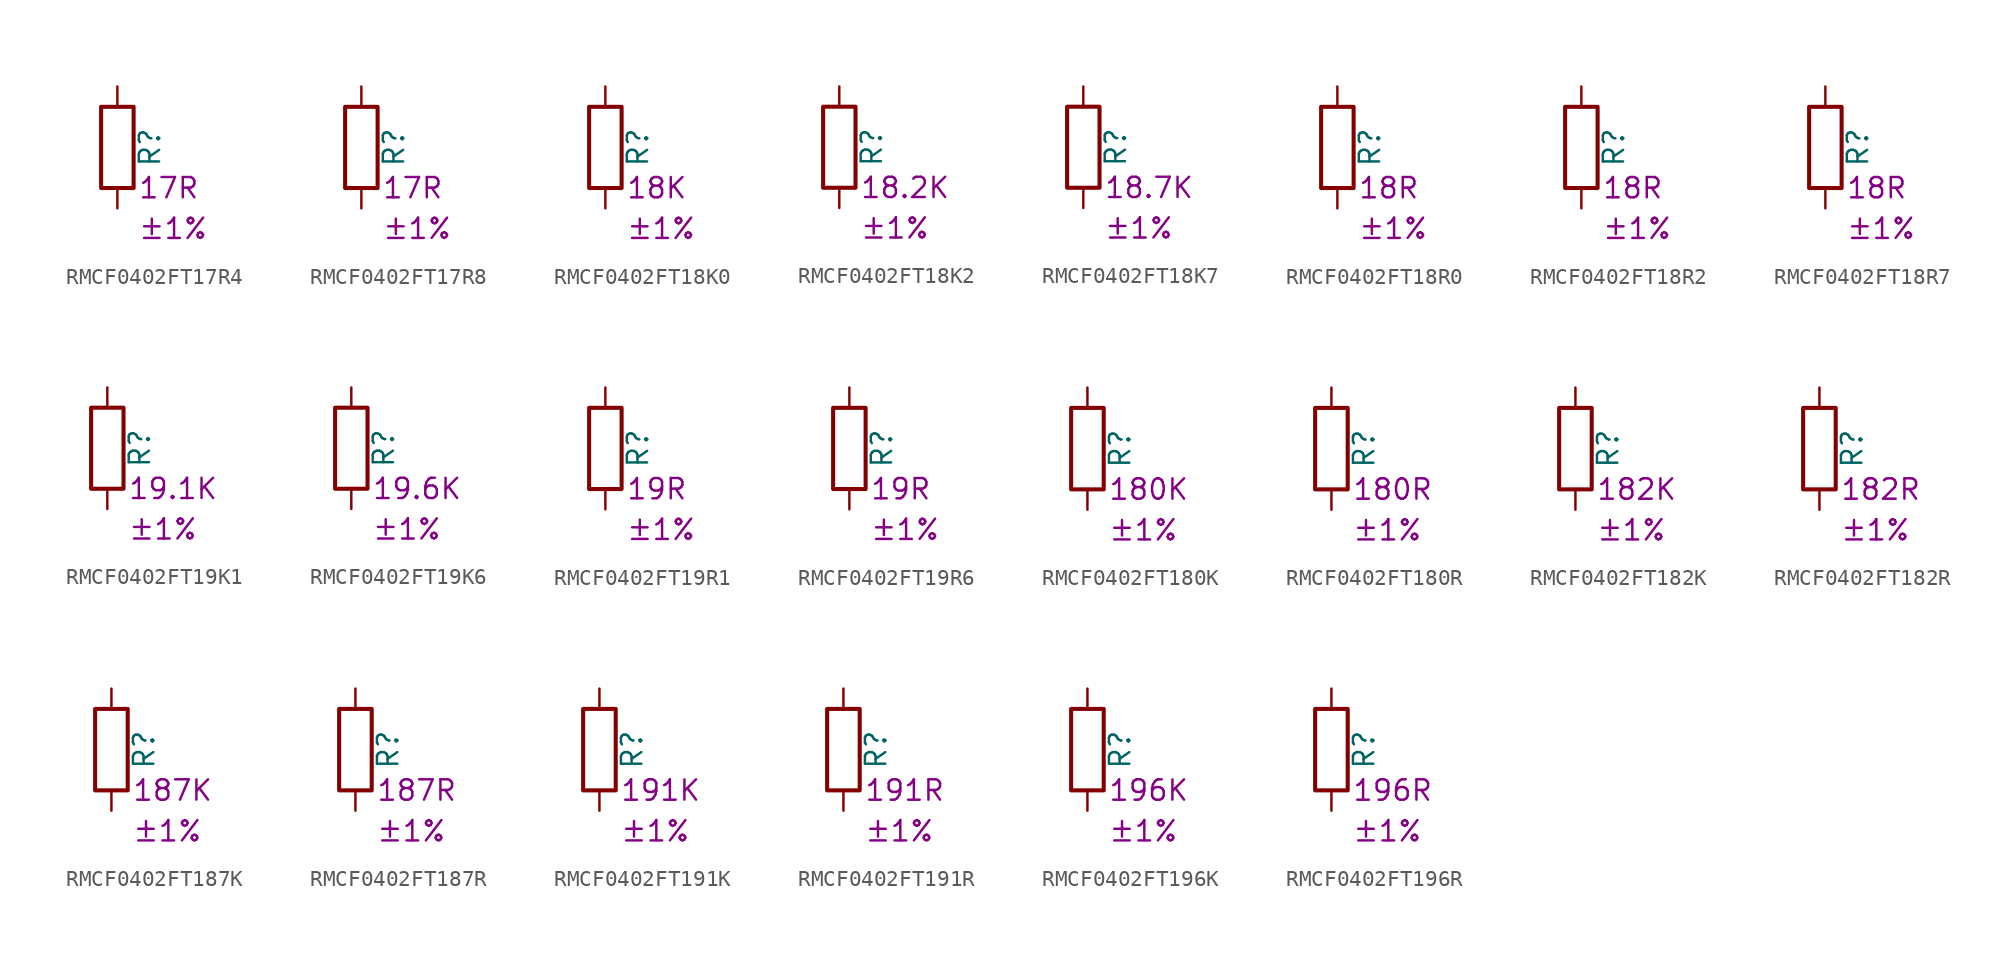
<source format=kicad_sym>
(kicad_symbol_lib
  (version 20220914)
  (generator kicad_symbol_editor)
  (symbol "RMCF0402FT17R4"
    (pin_numbers hide)
    (pin_names
      (offset 0))
    (property "Reference" "R"
      (at 2.032 0 90)
      (effects (font (size 1.27 1.27))))
    (property "Resistance" "17R"
      (at 1.27 -2.54 0)
      (effects (font (size 1.27 1.27)) (justify left)))
    (property "Tolerance" "±1%"
      (at 1.27 -5.08 0)
      (effects (font (size 1.27 1.27)) (justify left)))
    (symbol "RMCF0402FT17R4_0_1"
      (rectangle (start -1.016 -2.54) (end 1.016 2.54) (stroke (width 0.254) (type default)) (fill (type none))))
    (symbol "RMCF0402FT17R4_1_1"
      (pin passive line (at 0 3.81 270) (length 1.27) (name "~" (effects (font (size 1.27 1.27)))) (number "1" (effects (font (size 1.27 1.27)))))
      (pin passive line (at 0 -3.81 90) (length 1.27) (name "~" (effects (font (size 1.27 1.27)))) (number "2" (effects (font (size 1.27 1.27)))))))
  (symbol "RMCF0402FT17R8"
    (pin_numbers hide)
    (pin_names
      (offset 0))
    (property "Reference" "R"
      (at 2.032 0 90)
      (effects (font (size 1.27 1.27))))
    (property "Resistance" "17R"
      (at 1.27 -2.54 0)
      (effects (font (size 1.27 1.27)) (justify left)))
    (property "Tolerance" "±1%"
      (at 1.27 -5.08 0)
      (effects (font (size 1.27 1.27)) (justify left)))
    (symbol "RMCF0402FT17R8_0_1"
      (rectangle (start -1.016 -2.54) (end 1.016 2.54) (stroke (width 0.254) (type default)) (fill (type none))))
    (symbol "RMCF0402FT17R8_1_1"
      (pin passive line (at 0 3.81 270) (length 1.27) (name "~" (effects (font (size 1.27 1.27)))) (number "1" (effects (font (size 1.27 1.27)))))
      (pin passive line (at 0 -3.81 90) (length 1.27) (name "~" (effects (font (size 1.27 1.27)))) (number "2" (effects (font (size 1.27 1.27)))))))
  (symbol "RMCF0402FT18K0"
    (pin_numbers hide)
    (pin_names
      (offset 0))
    (property "Reference" "R"
      (at 2.032 0 90)
      (effects (font (size 1.27 1.27))))
    (property "Resistance" "18K"
      (at 1.27 -2.54 0)
      (effects (font (size 1.27 1.27)) (justify left)))
    (property "Tolerance" "±1%"
      (at 1.27 -5.08 0)
      (effects (font (size 1.27 1.27)) (justify left)))
    (symbol "RMCF0402FT18K0_0_1"
      (rectangle (start -1.016 -2.54) (end 1.016 2.54) (stroke (width 0.254) (type default)) (fill (type none))))
    (symbol "RMCF0402FT18K0_1_1"
      (pin passive line (at 0 3.81 270) (length 1.27) (name "~" (effects (font (size 1.27 1.27)))) (number "1" (effects (font (size 1.27 1.27)))))
      (pin passive line (at 0 -3.81 90) (length 1.27) (name "~" (effects (font (size 1.27 1.27)))) (number "2" (effects (font (size 1.27 1.27)))))))
  (symbol "RMCF0402FT18K2"
    (pin_numbers hide)
    (pin_names
      (offset 0))
    (property "Reference" "R"
      (at 2.032 0 90)
      (effects (font (size 1.27 1.27))))
    (property "Resistance" "18.2K"
      (at 1.27 -2.54 0)
      (effects (font (size 1.27 1.27)) (justify left)))
    (property "Tolerance" "±1%"
      (at 1.27 -5.08 0)
      (effects (font (size 1.27 1.27)) (justify left)))
    (symbol "RMCF0402FT18K2_0_1"
      (rectangle (start -1.016 -2.54) (end 1.016 2.54) (stroke (width 0.254) (type default)) (fill (type none))))
    (symbol "RMCF0402FT18K2_1_1"
      (pin passive line (at 0 3.81 270) (length 1.27) (name "~" (effects (font (size 1.27 1.27)))) (number "1" (effects (font (size 1.27 1.27)))))
      (pin passive line (at 0 -3.81 90) (length 1.27) (name "~" (effects (font (size 1.27 1.27)))) (number "2" (effects (font (size 1.27 1.27)))))))
  (symbol "RMCF0402FT18K7"
    (pin_numbers hide)
    (pin_names
      (offset 0))
    (property "Reference" "R"
      (at 2.032 0 90)
      (effects (font (size 1.27 1.27))))
    (property "Resistance" "18.7K"
      (at 1.27 -2.54 0)
      (effects (font (size 1.27 1.27)) (justify left)))
    (property "Tolerance" "±1%"
      (at 1.27 -5.08 0)
      (effects (font (size 1.27 1.27)) (justify left)))
    (symbol "RMCF0402FT18K7_0_1"
      (rectangle (start -1.016 -2.54) (end 1.016 2.54) (stroke (width 0.254) (type default)) (fill (type none))))
    (symbol "RMCF0402FT18K7_1_1"
      (pin passive line (at 0 3.81 270) (length 1.27) (name "~" (effects (font (size 1.27 1.27)))) (number "1" (effects (font (size 1.27 1.27)))))
      (pin passive line (at 0 -3.81 90) (length 1.27) (name "~" (effects (font (size 1.27 1.27)))) (number "2" (effects (font (size 1.27 1.27)))))))
  (symbol "RMCF0402FT18R0"
    (pin_numbers hide)
    (pin_names
      (offset 0))
    (property "Reference" "R"
      (at 2.032 0 90)
      (effects (font (size 1.27 1.27))))
    (property "Resistance" "18R"
      (at 1.27 -2.54 0)
      (effects (font (size 1.27 1.27)) (justify left)))
    (property "Tolerance" "±1%"
      (at 1.27 -5.08 0)
      (effects (font (size 1.27 1.27)) (justify left)))
    (symbol "RMCF0402FT18R0_0_1"
      (rectangle (start -1.016 -2.54) (end 1.016 2.54) (stroke (width 0.254) (type default)) (fill (type none))))
    (symbol "RMCF0402FT18R0_1_1"
      (pin passive line (at 0 3.81 270) (length 1.27) (name "~" (effects (font (size 1.27 1.27)))) (number "1" (effects (font (size 1.27 1.27)))))
      (pin passive line (at 0 -3.81 90) (length 1.27) (name "~" (effects (font (size 1.27 1.27)))) (number "2" (effects (font (size 1.27 1.27)))))))
  (symbol "RMCF0402FT18R2"
    (pin_numbers hide)
    (pin_names
      (offset 0))
    (property "Reference" "R"
      (at 2.032 0 90)
      (effects (font (size 1.27 1.27))))
    (property "Resistance" "18R"
      (at 1.27 -2.54 0)
      (effects (font (size 1.27 1.27)) (justify left)))
    (property "Tolerance" "±1%"
      (at 1.27 -5.08 0)
      (effects (font (size 1.27 1.27)) (justify left)))
    (symbol "RMCF0402FT18R2_0_1"
      (rectangle (start -1.016 -2.54) (end 1.016 2.54) (stroke (width 0.254) (type default)) (fill (type none))))
    (symbol "RMCF0402FT18R2_1_1"
      (pin passive line (at 0 3.81 270) (length 1.27) (name "~" (effects (font (size 1.27 1.27)))) (number "1" (effects (font (size 1.27 1.27)))))
      (pin passive line (at 0 -3.81 90) (length 1.27) (name "~" (effects (font (size 1.27 1.27)))) (number "2" (effects (font (size 1.27 1.27)))))))
  (symbol "RMCF0402FT18R7"
    (pin_numbers hide)
    (pin_names
      (offset 0))
    (property "Reference" "R"
      (at 2.032 0 90)
      (effects (font (size 1.27 1.27))))
    (property "Resistance" "18R"
      (at 1.27 -2.54 0)
      (effects (font (size 1.27 1.27)) (justify left)))
    (property "Tolerance" "±1%"
      (at 1.27 -5.08 0)
      (effects (font (size 1.27 1.27)) (justify left)))
    (symbol "RMCF0402FT18R7_0_1"
      (rectangle (start -1.016 -2.54) (end 1.016 2.54) (stroke (width 0.254) (type default)) (fill (type none))))
    (symbol "RMCF0402FT18R7_1_1"
      (pin passive line (at 0 3.81 270) (length 1.27) (name "~" (effects (font (size 1.27 1.27)))) (number "1" (effects (font (size 1.27 1.27)))))
      (pin passive line (at 0 -3.81 90) (length 1.27) (name "~" (effects (font (size 1.27 1.27)))) (number "2" (effects (font (size 1.27 1.27)))))))
  (symbol "RMCF0402FT19K1"
    (pin_numbers hide)
    (pin_names
      (offset 0))
    (property "Reference" "R"
      (at 2.032 0 90)
      (effects (font (size 1.27 1.27))))
    (property "Resistance" "19.1K"
      (at 1.27 -2.54 0)
      (effects (font (size 1.27 1.27)) (justify left)))
    (property "Tolerance" "±1%"
      (at 1.27 -5.08 0)
      (effects (font (size 1.27 1.27)) (justify left)))
    (symbol "RMCF0402FT19K1_0_1"
      (rectangle (start -1.016 -2.54) (end 1.016 2.54) (stroke (width 0.254) (type default)) (fill (type none))))
    (symbol "RMCF0402FT19K1_1_1"
      (pin passive line (at 0 3.81 270) (length 1.27) (name "~" (effects (font (size 1.27 1.27)))) (number "1" (effects (font (size 1.27 1.27)))))
      (pin passive line (at 0 -3.81 90) (length 1.27) (name "~" (effects (font (size 1.27 1.27)))) (number "2" (effects (font (size 1.27 1.27)))))))
  (symbol "RMCF0402FT19K6"
    (pin_numbers hide)
    (pin_names
      (offset 0))
    (property "Reference" "R"
      (at 2.032 0 90)
      (effects (font (size 1.27 1.27))))
    (property "Resistance" "19.6K"
      (at 1.27 -2.54 0)
      (effects (font (size 1.27 1.27)) (justify left)))
    (property "Tolerance" "±1%"
      (at 1.27 -5.08 0)
      (effects (font (size 1.27 1.27)) (justify left)))
    (symbol "RMCF0402FT19K6_0_1"
      (rectangle (start -1.016 -2.54) (end 1.016 2.54) (stroke (width 0.254) (type default)) (fill (type none))))
    (symbol "RMCF0402FT19K6_1_1"
      (pin passive line (at 0 3.81 270) (length 1.27) (name "~" (effects (font (size 1.27 1.27)))) (number "1" (effects (font (size 1.27 1.27)))))
      (pin passive line (at 0 -3.81 90) (length 1.27) (name "~" (effects (font (size 1.27 1.27)))) (number "2" (effects (font (size 1.27 1.27)))))))
  (symbol "RMCF0402FT19R1"
    (pin_numbers hide)
    (pin_names
      (offset 0))
    (property "Reference" "R"
      (at 2.032 0 90)
      (effects (font (size 1.27 1.27))))
    (property "Resistance" "19R"
      (at 1.27 -2.54 0)
      (effects (font (size 1.27 1.27)) (justify left)))
    (property "Tolerance" "±1%"
      (at 1.27 -5.08 0)
      (effects (font (size 1.27 1.27)) (justify left)))
    (symbol "RMCF0402FT19R1_0_1"
      (rectangle (start -1.016 -2.54) (end 1.016 2.54) (stroke (width 0.254) (type default)) (fill (type none))))
    (symbol "RMCF0402FT19R1_1_1"
      (pin passive line (at 0 3.81 270) (length 1.27) (name "~" (effects (font (size 1.27 1.27)))) (number "1" (effects (font (size 1.27 1.27)))))
      (pin passive line (at 0 -3.81 90) (length 1.27) (name "~" (effects (font (size 1.27 1.27)))) (number "2" (effects (font (size 1.27 1.27)))))))
  (symbol "RMCF0402FT19R6"
    (pin_numbers hide)
    (pin_names
      (offset 0))
    (property "Reference" "R"
      (at 2.032 0 90)
      (effects (font (size 1.27 1.27))))
    (property "Resistance" "19R"
      (at 1.27 -2.54 0)
      (effects (font (size 1.27 1.27)) (justify left)))
    (property "Tolerance" "±1%"
      (at 1.27 -5.08 0)
      (effects (font (size 1.27 1.27)) (justify left)))
    (symbol "RMCF0402FT19R6_0_1"
      (rectangle (start -1.016 -2.54) (end 1.016 2.54) (stroke (width 0.254) (type default)) (fill (type none))))
    (symbol "RMCF0402FT19R6_1_1"
      (pin passive line (at 0 3.81 270) (length 1.27) (name "~" (effects (font (size 1.27 1.27)))) (number "1" (effects (font (size 1.27 1.27)))))
      (pin passive line (at 0 -3.81 90) (length 1.27) (name "~" (effects (font (size 1.27 1.27)))) (number "2" (effects (font (size 1.27 1.27)))))))
  (symbol "RMCF0402FT180K"
    (pin_numbers hide)
    (pin_names
      (offset 0))
    (property "Reference" "R"
      (at 2.032 0 90)
      (effects (font (size 1.27 1.27))))
    (property "Resistance" "180K"
      (at 1.27 -2.54 0)
      (effects (font (size 1.27 1.27)) (justify left)))
    (property "Tolerance" "±1%"
      (at 1.27 -5.08 0)
      (effects (font (size 1.27 1.27)) (justify left)))
    (symbol "RMCF0402FT180K_0_1"
      (rectangle (start -1.016 -2.54) (end 1.016 2.54) (stroke (width 0.254) (type default)) (fill (type none))))
    (symbol "RMCF0402FT180K_1_1"
      (pin passive line (at 0 3.81 270) (length 1.27) (name "~" (effects (font (size 1.27 1.27)))) (number "1" (effects (font (size 1.27 1.27)))))
      (pin passive line (at 0 -3.81 90) (length 1.27) (name "~" (effects (font (size 1.27 1.27)))) (number "2" (effects (font (size 1.27 1.27)))))))
  (symbol "RMCF0402FT180R"
    (pin_numbers hide)
    (pin_names
      (offset 0))
    (property "Reference" "R"
      (at 2.032 0 90)
      (effects (font (size 1.27 1.27))))
    (property "Resistance" "180R"
      (at 1.27 -2.54 0)
      (effects (font (size 1.27 1.27)) (justify left)))
    (property "Tolerance" "±1%"
      (at 1.27 -5.08 0)
      (effects (font (size 1.27 1.27)) (justify left)))
    (symbol "RMCF0402FT180R_0_1"
      (rectangle (start -1.016 -2.54) (end 1.016 2.54) (stroke (width 0.254) (type default)) (fill (type none))))
    (symbol "RMCF0402FT180R_1_1"
      (pin passive line (at 0 3.81 270) (length 1.27) (name "~" (effects (font (size 1.27 1.27)))) (number "1" (effects (font (size 1.27 1.27)))))
      (pin passive line (at 0 -3.81 90) (length 1.27) (name "~" (effects (font (size 1.27 1.27)))) (number "2" (effects (font (size 1.27 1.27)))))))
  (symbol "RMCF0402FT182K"
    (pin_numbers hide)
    (pin_names
      (offset 0))
    (property "Reference" "R"
      (at 2.032 0 90)
      (effects (font (size 1.27 1.27))))
    (property "Resistance" "182K"
      (at 1.27 -2.54 0)
      (effects (font (size 1.27 1.27)) (justify left)))
    (property "Tolerance" "±1%"
      (at 1.27 -5.08 0)
      (effects (font (size 1.27 1.27)) (justify left)))
    (symbol "RMCF0402FT182K_0_1"
      (rectangle (start -1.016 -2.54) (end 1.016 2.54) (stroke (width 0.254) (type default)) (fill (type none))))
    (symbol "RMCF0402FT182K_1_1"
      (pin passive line (at 0 3.81 270) (length 1.27) (name "~" (effects (font (size 1.27 1.27)))) (number "1" (effects (font (size 1.27 1.27)))))
      (pin passive line (at 0 -3.81 90) (length 1.27) (name "~" (effects (font (size 1.27 1.27)))) (number "2" (effects (font (size 1.27 1.27)))))))
  (symbol "RMCF0402FT182R"
    (pin_numbers hide)
    (pin_names
      (offset 0))
    (property "Reference" "R"
      (at 2.032 0 90)
      (effects (font (size 1.27 1.27))))
    (property "Resistance" "182R"
      (at 1.27 -2.54 0)
      (effects (font (size 1.27 1.27)) (justify left)))
    (property "Tolerance" "±1%"
      (at 1.27 -5.08 0)
      (effects (font (size 1.27 1.27)) (justify left)))
    (symbol "RMCF0402FT182R_0_1"
      (rectangle (start -1.016 -2.54) (end 1.016 2.54) (stroke (width 0.254) (type default)) (fill (type none))))
    (symbol "RMCF0402FT182R_1_1"
      (pin passive line (at 0 3.81 270) (length 1.27) (name "~" (effects (font (size 1.27 1.27)))) (number "1" (effects (font (size 1.27 1.27)))))
      (pin passive line (at 0 -3.81 90) (length 1.27) (name "~" (effects (font (size 1.27 1.27)))) (number "2" (effects (font (size 1.27 1.27)))))))
  (symbol "RMCF0402FT187K"
    (pin_numbers hide)
    (pin_names
      (offset 0))
    (property "Reference" "R"
      (at 2.032 0 90)
      (effects (font (size 1.27 1.27))))
    (property "Resistance" "187K"
      (at 1.27 -2.54 0)
      (effects (font (size 1.27 1.27)) (justify left)))
    (property "Tolerance" "±1%"
      (at 1.27 -5.08 0)
      (effects (font (size 1.27 1.27)) (justify left)))
    (symbol "RMCF0402FT187K_0_1"
      (rectangle (start -1.016 -2.54) (end 1.016 2.54) (stroke (width 0.254) (type default)) (fill (type none))))
    (symbol "RMCF0402FT187K_1_1"
      (pin passive line (at 0 3.81 270) (length 1.27) (name "~" (effects (font (size 1.27 1.27)))) (number "1" (effects (font (size 1.27 1.27)))))
      (pin passive line (at 0 -3.81 90) (length 1.27) (name "~" (effects (font (size 1.27 1.27)))) (number "2" (effects (font (size 1.27 1.27)))))))
  (symbol "RMCF0402FT187R"
    (pin_numbers hide)
    (pin_names
      (offset 0))
    (property "Reference" "R"
      (at 2.032 0 90)
      (effects (font (size 1.27 1.27))))
    (property "Resistance" "187R"
      (at 1.27 -2.54 0)
      (effects (font (size 1.27 1.27)) (justify left)))
    (property "Tolerance" "±1%"
      (at 1.27 -5.08 0)
      (effects (font (size 1.27 1.27)) (justify left)))
    (symbol "RMCF0402FT187R_0_1"
      (rectangle (start -1.016 -2.54) (end 1.016 2.54) (stroke (width 0.254) (type default)) (fill (type none))))
    (symbol "RMCF0402FT187R_1_1"
      (pin passive line (at 0 3.81 270) (length 1.27) (name "~" (effects (font (size 1.27 1.27)))) (number "1" (effects (font (size 1.27 1.27)))))
      (pin passive line (at 0 -3.81 90) (length 1.27) (name "~" (effects (font (size 1.27 1.27)))) (number "2" (effects (font (size 1.27 1.27)))))))
  (symbol "RMCF0402FT191K"
    (pin_numbers hide)
    (pin_names
      (offset 0))
    (property "Reference" "R"
      (at 2.032 0 90)
      (effects (font (size 1.27 1.27))))
    (property "Resistance" "191K"
      (at 1.27 -2.54 0)
      (effects (font (size 1.27 1.27)) (justify left)))
    (property "Tolerance" "±1%"
      (at 1.27 -5.08 0)
      (effects (font (size 1.27 1.27)) (justify left)))
    (symbol "RMCF0402FT191K_0_1"
      (rectangle (start -1.016 -2.54) (end 1.016 2.54) (stroke (width 0.254) (type default)) (fill (type none))))
    (symbol "RMCF0402FT191K_1_1"
      (pin passive line (at 0 3.81 270) (length 1.27) (name "~" (effects (font (size 1.27 1.27)))) (number "1" (effects (font (size 1.27 1.27)))))
      (pin passive line (at 0 -3.81 90) (length 1.27) (name "~" (effects (font (size 1.27 1.27)))) (number "2" (effects (font (size 1.27 1.27)))))))
  (symbol "RMCF0402FT191R"
    (pin_numbers hide)
    (pin_names
      (offset 0))
    (property "Reference" "R"
      (at 2.032 0 90)
      (effects (font (size 1.27 1.27))))
    (property "Resistance" "191R"
      (at 1.27 -2.54 0)
      (effects (font (size 1.27 1.27)) (justify left)))
    (property "Tolerance" "±1%"
      (at 1.27 -5.08 0)
      (effects (font (size 1.27 1.27)) (justify left)))
    (symbol "RMCF0402FT191R_0_1"
      (rectangle (start -1.016 -2.54) (end 1.016 2.54) (stroke (width 0.254) (type default)) (fill (type none))))
    (symbol "RMCF0402FT191R_1_1"
      (pin passive line (at 0 3.81 270) (length 1.27) (name "~" (effects (font (size 1.27 1.27)))) (number "1" (effects (font (size 1.27 1.27)))))
      (pin passive line (at 0 -3.81 90) (length 1.27) (name "~" (effects (font (size 1.27 1.27)))) (number "2" (effects (font (size 1.27 1.27)))))))
  (symbol "RMCF0402FT196K"
    (pin_numbers hide)
    (pin_names
      (offset 0))
    (property "Reference" "R"
      (at 2.032 0 90)
      (effects (font (size 1.27 1.27))))
    (property "Resistance" "196K"
      (at 1.27 -2.54 0)
      (effects (font (size 1.27 1.27)) (justify left)))
    (property "Tolerance" "±1%"
      (at 1.27 -5.08 0)
      (effects (font (size 1.27 1.27)) (justify left)))
    (symbol "RMCF0402FT196K_0_1"
      (rectangle (start -1.016 -2.54) (end 1.016 2.54) (stroke (width 0.254) (type default)) (fill (type none))))
    (symbol "RMCF0402FT196K_1_1"
      (pin passive line (at 0 3.81 270) (length 1.27) (name "~" (effects (font (size 1.27 1.27)))) (number "1" (effects (font (size 1.27 1.27)))))
      (pin passive line (at 0 -3.81 90) (length 1.27) (name "~" (effects (font (size 1.27 1.27)))) (number "2" (effects (font (size 1.27 1.27)))))))
  (symbol "RMCF0402FT196R"
    (pin_numbers hide)
    (pin_names
      (offset 0))
    (property "Reference" "R"
      (at 2.032 0 90)
      (effects (font (size 1.27 1.27))))
    (property "Resistance" "196R"
      (at 1.27 -2.54 0)
      (effects (font (size 1.27 1.27)) (justify left)))
    (property "Tolerance" "±1%"
      (at 1.27 -5.08 0)
      (effects (font (size 1.27 1.27)) (justify left)))
    (symbol "RMCF0402FT196R_0_1"
      (rectangle (start -1.016 -2.54) (end 1.016 2.54) (stroke (width 0.254) (type default)) (fill (type none))))
    (symbol "RMCF0402FT196R_1_1"
      (pin passive line (at 0 3.81 270) (length 1.27) (name "~" (effects (font (size 1.27 1.27)))) (number "1" (effects (font (size 1.27 1.27)))))
      (pin passive line (at 0 -3.81 90) (length 1.27) (name "~" (effects (font (size 1.27 1.27)))) (number "2" (effects (font (size 1.27 1.27))))))))
</source>
